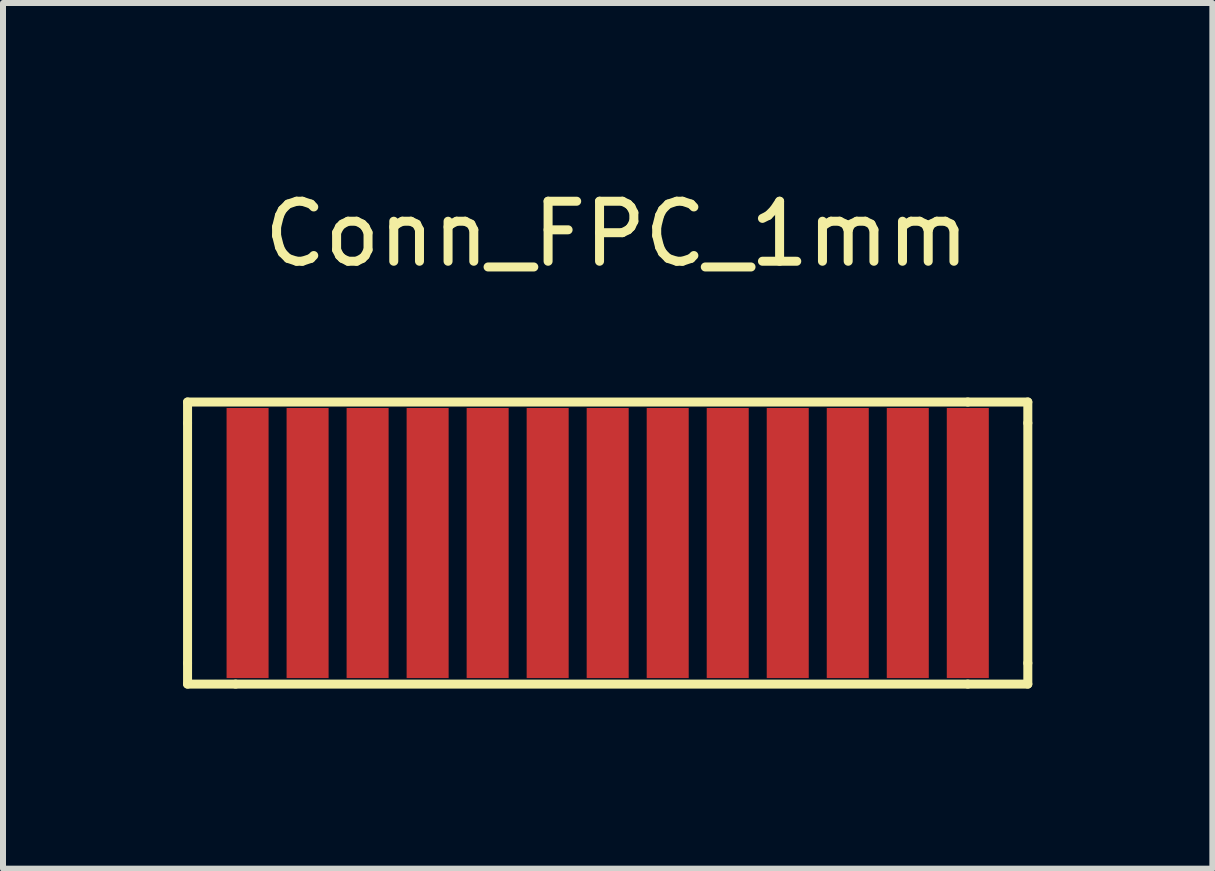
<source format=kicad_pcb>
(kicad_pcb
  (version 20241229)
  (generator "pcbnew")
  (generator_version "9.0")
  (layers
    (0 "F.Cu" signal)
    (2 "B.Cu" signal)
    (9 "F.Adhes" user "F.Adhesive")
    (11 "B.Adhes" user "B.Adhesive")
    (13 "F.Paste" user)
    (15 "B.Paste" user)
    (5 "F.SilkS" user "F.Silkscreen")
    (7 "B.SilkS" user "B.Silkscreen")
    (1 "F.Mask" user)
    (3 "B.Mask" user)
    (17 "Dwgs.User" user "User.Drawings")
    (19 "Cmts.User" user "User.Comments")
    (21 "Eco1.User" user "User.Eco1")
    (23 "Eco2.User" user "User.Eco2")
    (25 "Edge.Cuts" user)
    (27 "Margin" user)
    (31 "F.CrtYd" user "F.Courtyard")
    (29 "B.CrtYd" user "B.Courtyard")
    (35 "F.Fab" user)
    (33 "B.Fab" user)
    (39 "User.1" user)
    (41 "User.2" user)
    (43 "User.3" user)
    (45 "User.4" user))
  (footprint "Conn_FPC_1mm"
    (layer "F.Cu")
    (at 7.075 6.998)
    (property "Reference" "Conn_FPC_1mm" (at 0.15 -6.15 0) (layer "F.SilkS") (effects (font (size 1 1) (thickness 0.15))))
    (attr through_hole)
    (fp_line (start -7 -3.35) (end 6 -3.35) (stroke (width 0.15) (type solid)) (layer "F.SilkS"))
    (fp_line (start -7 -3) (end -7 -3.35) (stroke (width 0.15) (type solid)) (layer "F.SilkS"))
    (fp_line (start -7 -3) (end -7 1) (stroke (width 0.15) (type solid)) (layer "F.SilkS"))
    (fp_line (start -7 1) (end -7 1.35) (stroke (width 0.15) (type solid)) (layer "F.SilkS"))
    (fp_line (start -7 1.35) (end -6.2 1.35) (stroke (width 0.15) (type solid)) (layer "F.SilkS"))
    (fp_line (start -6.2 1.35) (end 6 1.35) (stroke (width 0.15) (type solid)) (layer "F.SilkS"))
    (fp_line (start 6 -3.35) (end 7 -3.35) (stroke (width 0.15) (type solid)) (layer "F.SilkS"))
    (fp_line (start 7 -3.35) (end 7 -3) (stroke (width 0.15) (type solid)) (layer "F.SilkS"))
    (fp_line (start 7 -3) (end 7 1) (stroke (width 0.15) (type solid)) (layer "F.SilkS"))
    (fp_line (start 7 1) (end 7 1.35) (stroke (width 0.15) (type solid)) (layer "F.SilkS"))
    (fp_line (start 7 1.35) (end 6 1.35) (stroke (width 0.15) (type solid)) (layer "F.SilkS"))
    (pad "1" smd rect (at -6 -1) (size 0.7 4.5) (layers "F.Cu" "F.Mask" "F.Paste"))
    (pad "2" smd rect (at -5 -1) (size 0.7 4.5) (layers "F.Cu" "F.Mask" "F.Paste"))
    (pad "3" smd rect (at -4 -1) (size 0.7 4.5) (layers "F.Cu" "F.Mask" "F.Paste"))
    (pad "4" smd rect (at -3 -1) (size 0.7 4.5) (layers "F.Cu" "F.Mask" "F.Paste"))
    (pad "5" smd rect (at -2 -1) (size 0.7 4.5) (layers "F.Cu" "F.Mask" "F.Paste"))
    (pad "6" smd rect (at -1 -1) (size 0.7 4.5) (layers "F.Cu" "F.Mask" "F.Paste"))
    (pad "7" smd rect (at 0 -1) (size 0.7 4.5) (layers "F.Cu" "F.Mask" "F.Paste"))
    (pad "8" smd rect (at 1 -1) (size 0.7 4.5) (layers "F.Cu" "F.Mask" "F.Paste"))
    (pad "9" smd rect (at 2 -1) (size 0.7 4.5) (layers "F.Cu" "F.Mask" "F.Paste"))
    (pad "10" smd rect (at 3 -1) (size 0.7 4.5) (layers "F.Cu" "F.Mask" "F.Paste"))
    (pad "11" smd rect (at 4 -1) (size 0.7 4.5) (layers "F.Cu" "F.Mask" "F.Paste"))
    (pad "12" smd rect (at 5 -1) (size 0.7 4.5) (layers "F.Cu" "F.Mask" "F.Paste"))
    (pad "13" smd rect (at 6 -1) (size 0.7 4.5) (layers "F.Cu" "F.Mask" "F.Paste")))
  (gr_rect
    (start -3 -3)
    (end 17.15 11.423)
    (stroke (width 0.1) (type default))
    (fill no)
    (layer "Edge.Cuts")))
</source>
